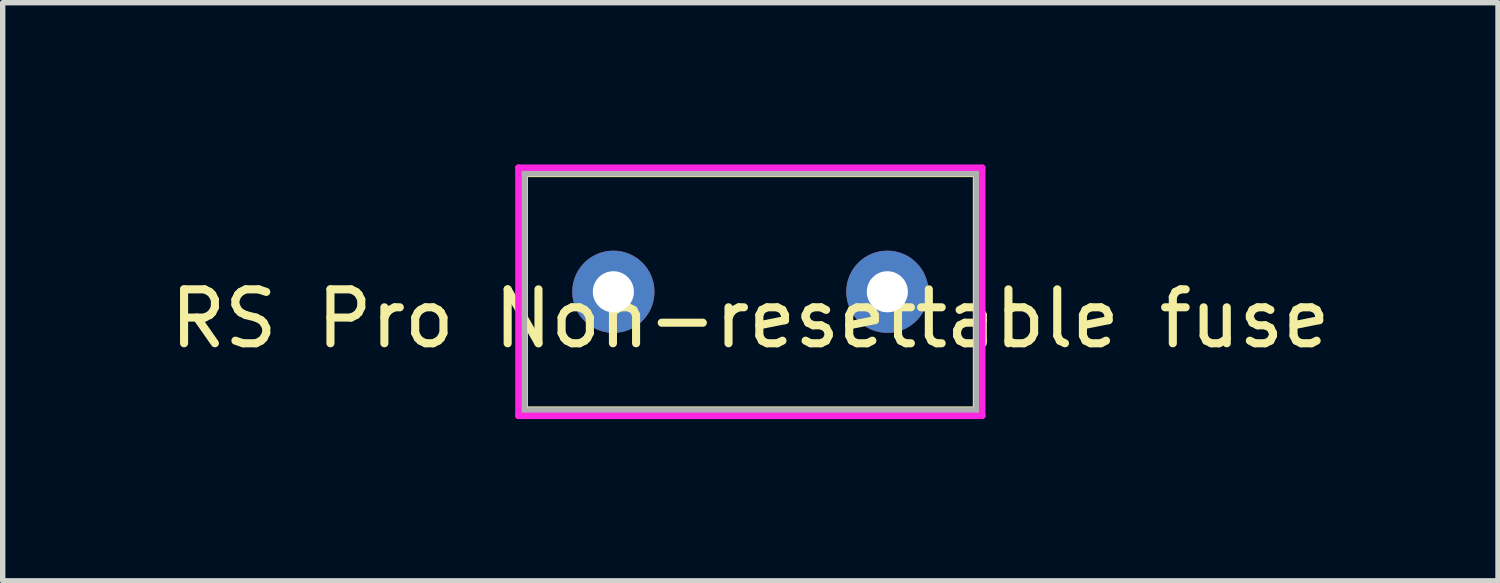
<source format=kicad_pcb>
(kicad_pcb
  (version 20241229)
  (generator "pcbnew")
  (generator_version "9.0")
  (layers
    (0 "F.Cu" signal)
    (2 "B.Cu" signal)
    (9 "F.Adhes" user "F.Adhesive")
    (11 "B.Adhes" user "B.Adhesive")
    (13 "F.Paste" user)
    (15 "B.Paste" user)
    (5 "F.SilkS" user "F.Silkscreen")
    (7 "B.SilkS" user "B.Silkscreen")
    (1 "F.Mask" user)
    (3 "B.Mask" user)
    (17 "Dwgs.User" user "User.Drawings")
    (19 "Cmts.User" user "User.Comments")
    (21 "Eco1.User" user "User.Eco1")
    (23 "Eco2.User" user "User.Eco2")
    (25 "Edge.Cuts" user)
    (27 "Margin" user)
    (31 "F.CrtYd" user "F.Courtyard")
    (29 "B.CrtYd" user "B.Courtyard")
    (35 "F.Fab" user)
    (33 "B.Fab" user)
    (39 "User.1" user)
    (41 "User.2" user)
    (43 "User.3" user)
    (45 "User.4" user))
  (footprint "RS Pro Non-resettable fuse"
    (layer "F.Cu")
    (at 10.863 2.36)
    (property "Reference" "RS Pro Non-resettable fuse" (at 0 0.5 0) (layer "F.SilkS") (effects (font (size 1 1) (thickness 0.15))))
    (attr through_hole)
    (fp_line (start -4.2 -2.2) (end -4.2 2.2) (stroke (width 0.15) (type solid)) (layer "F.SilkS"))
    (fp_line (start -4.2 -2.2) (end 4.2 -2.2) (stroke (width 0.15) (type solid)) (layer "F.SilkS"))
    (fp_line (start -4.2 2.2) (end 4.2 2.2) (stroke (width 0.15) (type solid)) (layer "F.SilkS"))
    (fp_line (start 4.2 -2.2) (end 4.2 2.2) (stroke (width 0.15) (type solid)) (layer "F.SilkS"))
    (fp_line (start -4.3 -2.3) (end 4.3 -2.3) (stroke (width 0.12) (type solid)) (layer "F.CrtYd"))
    (fp_line (start -4.3 2.3) (end -4.3 -2.3) (stroke (width 0.12) (type solid)) (layer "F.CrtYd"))
    (fp_line (start 4.3 -2.3) (end 4.3 2.3) (stroke (width 0.12) (type solid)) (layer "F.CrtYd"))
    (fp_line (start 4.3 2.3) (end -4.3 2.3) (stroke (width 0.12) (type solid)) (layer "F.CrtYd"))
    (fp_line (start -4.2 -2.2) (end 4.2 -2.2) (stroke (width 0.12) (type solid)) (layer "F.Fab"))
    (fp_line (start -4.2 2.2) (end -4.2 -2.2) (stroke (width 0.12) (type solid)) (layer "F.Fab"))
    (fp_line (start 4.2 -2.2) (end 4.2 2.2) (stroke (width 0.12) (type solid)) (layer "F.Fab"))
    (fp_line (start 4.2 2.2) (end -4.2 2.2) (stroke (width 0.12) (type solid)) (layer "F.Fab"))
    (pad "1" thru_hole circle (at -2.54 0) (size 1.524 1.524) (drill 0.762) (layers "*.Cu" "*.Mask"))
    (pad "2" thru_hole circle (at 2.54 0) (size 1.524 1.524) (drill 0.762) (layers "*.Cu" "*.Mask")))
  (gr_rect
    (start -3 -3)
    (end 24.726 7.72)
    (stroke (width 0.1) (type default))
    (fill no)
    (layer "Edge.Cuts")))
</source>
